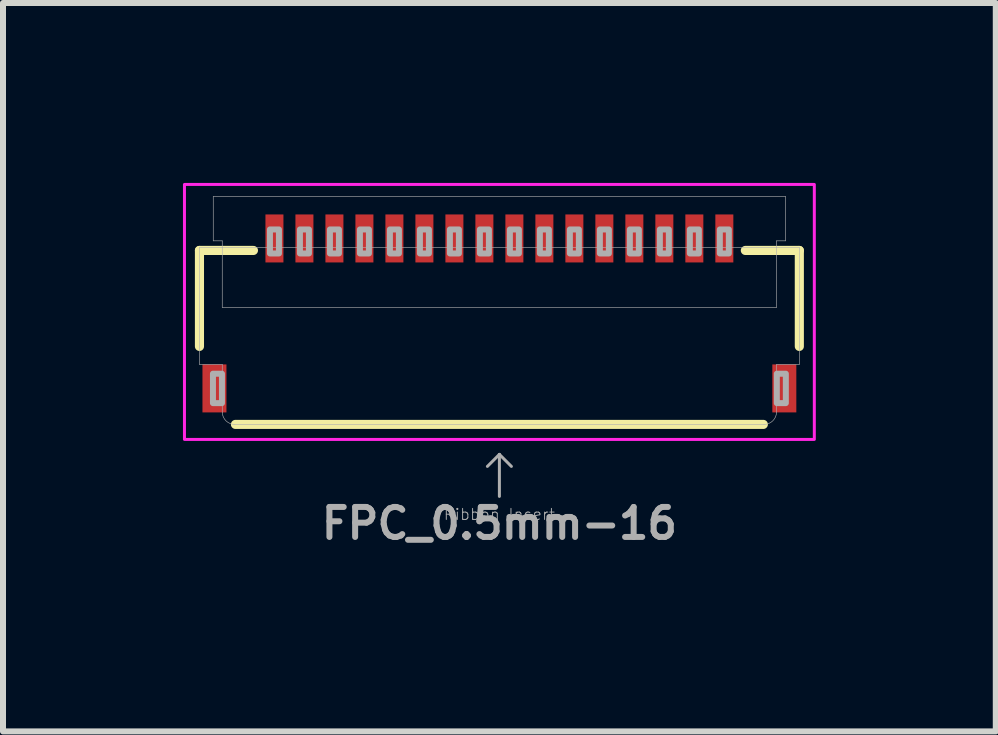
<source format=kicad_pcb>
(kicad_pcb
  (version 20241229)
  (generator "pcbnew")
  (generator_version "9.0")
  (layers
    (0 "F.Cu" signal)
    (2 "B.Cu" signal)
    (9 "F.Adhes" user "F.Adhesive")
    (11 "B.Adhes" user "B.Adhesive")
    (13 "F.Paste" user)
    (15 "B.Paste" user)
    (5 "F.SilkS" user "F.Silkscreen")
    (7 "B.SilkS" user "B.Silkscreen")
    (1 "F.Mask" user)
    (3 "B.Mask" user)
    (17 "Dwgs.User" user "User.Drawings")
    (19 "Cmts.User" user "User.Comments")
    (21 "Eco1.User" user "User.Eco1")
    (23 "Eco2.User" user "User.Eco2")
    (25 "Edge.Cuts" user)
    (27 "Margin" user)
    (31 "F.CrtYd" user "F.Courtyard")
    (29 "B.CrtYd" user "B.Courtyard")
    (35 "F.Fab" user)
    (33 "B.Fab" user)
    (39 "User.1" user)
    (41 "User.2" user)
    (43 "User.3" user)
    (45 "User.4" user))
  (footprint "FPC_0.5mm-16"
    (layer "F.Cu")
    (at 5.275 2.275)
    (property "Reference" "FPC_0.5mm-16" (at 0 3.4 0) (layer "F.Fab") (effects (font (size 0.5 0.5) (thickness 0.1) (bold yes))))
    (attr smd)
    (fp_line (start -5 -1.15) (end -5 0.45) (stroke (width 0.152) (type solid)) (layer "F.SilkS"))
    (fp_line (start -5 -1.15) (end -4.1 -1.15) (stroke (width 0.152) (type solid)) (layer "F.SilkS"))
    (fp_line (start -4.4 1.75) (end 4.4 1.75) (stroke (width 0.152) (type solid)) (layer "F.SilkS"))
    (fp_line (start 5 -1.15) (end 4.1 -1.15) (stroke (width 0.152) (type solid)) (layer "F.SilkS"))
    (fp_line (start 5 -1.15) (end 5 0.45) (stroke (width 0.152) (type solid)) (layer "F.SilkS"))
    (fp_poly (pts (xy -3.875 -1.025) (xy -3.625 -1.025) (xy -3.625 -1.675) (xy -3.875 -1.675)) (stroke (width 0) (type default)) (fill yes) (layer "F.Paste"))
    (fp_poly (pts (xy -3.375 -1.025) (xy -3.125 -1.025) (xy -3.125 -1.675) (xy -3.375 -1.675)) (stroke (width 0) (type default)) (fill yes) (layer "F.Paste"))
    (fp_poly (pts (xy -2.875 -1.025) (xy -2.625 -1.025) (xy -2.625 -1.675) (xy -2.875 -1.675)) (stroke (width 0) (type default)) (fill yes) (layer "F.Paste"))
    (fp_poly (pts (xy -2.375 -1.025) (xy -2.125 -1.025) (xy -2.125 -1.675) (xy -2.375 -1.675)) (stroke (width 0) (type default)) (fill yes) (layer "F.Paste"))
    (fp_poly (pts (xy -1.875 -1.025) (xy -1.625 -1.025) (xy -1.625 -1.675) (xy -1.875 -1.675)) (stroke (width 0) (type default)) (fill yes) (layer "F.Paste"))
    (fp_poly (pts (xy -1.375 -1.025) (xy -1.125 -1.025) (xy -1.125 -1.675) (xy -1.375 -1.675)) (stroke (width 0) (type default)) (fill yes) (layer "F.Paste"))
    (fp_poly (pts (xy -0.875 -1.025) (xy -0.625 -1.025) (xy -0.625 -1.675) (xy -0.875 -1.675)) (stroke (width 0) (type default)) (fill yes) (layer "F.Paste"))
    (fp_poly (pts (xy -0.375 -1.025) (xy -0.125 -1.025) (xy -0.125 -1.675) (xy -0.375 -1.675)) (stroke (width 0) (type default)) (fill yes) (layer "F.Paste"))
    (fp_poly (pts (xy 0.125 -1.025) (xy 0.375 -1.025) (xy 0.375 -1.675) (xy 0.125 -1.675)) (stroke (width 0) (type default)) (fill yes) (layer "F.Paste"))
    (fp_poly (pts (xy 0.625 -1.025) (xy 0.875 -1.025) (xy 0.875 -1.675) (xy 0.625 -1.675)) (stroke (width 0) (type default)) (fill yes) (layer "F.Paste"))
    (fp_poly (pts (xy 1.125 -1.025) (xy 1.375 -1.025) (xy 1.375 -1.675) (xy 1.125 -1.675)) (stroke (width 0) (type default)) (fill yes) (layer "F.Paste"))
    (fp_poly (pts (xy 1.625 -1.025) (xy 1.875 -1.025) (xy 1.875 -1.675) (xy 1.625 -1.675)) (stroke (width 0) (type default)) (fill yes) (layer "F.Paste"))
    (fp_poly (pts (xy 2.125 -1.025) (xy 2.375 -1.025) (xy 2.375 -1.675) (xy 2.125 -1.675)) (stroke (width 0) (type default)) (fill yes) (layer "F.Paste"))
    (fp_poly (pts (xy 2.625 -1.025) (xy 2.875 -1.025) (xy 2.875 -1.675) (xy 2.625 -1.675)) (stroke (width 0) (type default)) (fill yes) (layer "F.Paste"))
    (fp_poly (pts (xy 3.125 -1.025) (xy 3.375 -1.025) (xy 3.375 -1.675) (xy 3.125 -1.675)) (stroke (width 0) (type default)) (fill yes) (layer "F.Paste"))
    (fp_poly (pts (xy 3.625 -1.025) (xy 3.875 -1.025) (xy 3.875 -1.675) (xy 3.625 -1.675)) (stroke (width 0) (type default)) (fill yes) (layer "F.Paste"))
    (fp_rect (start -5.25 -2.25) (end 5.25 2) (stroke (width 0.05) (type default)) (fill no) (layer "F.CrtYd"))
    (fp_line (start -5 -1.2) (end -5 0.75) (stroke (width 0.01) (type solid)) (layer "F.Fab"))
    (fp_line (start -5 -1.2) (end -4.62 -1.2) (stroke (width 0.01) (type solid)) (layer "F.Fab"))
    (fp_line (start -4.77 -2.05) (end -4.77 -1.31) (stroke (width 0.01) (type solid)) (layer "F.Fab"))
    (fp_line (start -4.77 -2.05) (end 4.77 -2.05) (stroke (width 0.01) (type solid)) (layer "F.Fab"))
    (fp_line (start -4.62 -1.31) (end -4.77 -1.31) (stroke (width 0.01) (type solid)) (layer "F.Fab"))
    (fp_line (start -4.62 -1.2) (end -4.62 -1.31) (stroke (width 0.01) (type solid)) (layer "F.Fab"))
    (fp_line (start -4.62 -1.2) (end 4.62 -1.2) (stroke (width 0.01) (type solid)) (layer "F.Fab"))
    (fp_line (start -4.62 -0.2) (end -4.62 -1.2) (stroke (width 0.01) (type solid)) (layer "F.Fab"))
    (fp_line (start -4.62 -0.2) (end 4.62 -0.2) (stroke (width 0.01) (type solid)) (layer "F.Fab"))
    (fp_line (start -4.62 0.75) (end -5 0.75) (stroke (width 0.01) (type solid)) (layer "F.Fab"))
    (fp_line (start -4.62 1.55) (end -4.62 0.75) (stroke (width 0.01) (type solid)) (layer "F.Fab"))
    (fp_line (start 0 2.25) (end -0.2 2.45) (stroke (width 0.05) (type solid)) (layer "F.Fab"))
    (fp_line (start 0 2.25) (end 0.2 2.45) (stroke (width 0.05) (type solid)) (layer "F.Fab"))
    (fp_line (start 0 2.95) (end 0 2.25) (stroke (width 0.05) (type solid)) (layer "F.Fab"))
    (fp_line (start 4.41 1.75) (end -4.41 1.75) (stroke (width 0.01) (type solid)) (layer "F.Fab"))
    (fp_line (start 4.62 -1.31) (end 4.77 -1.31) (stroke (width 0.01) (type solid)) (layer "F.Fab"))
    (fp_line (start 4.62 -1.2) (end 4.62 -1.31) (stroke (width 0.01) (type solid)) (layer "F.Fab"))
    (fp_line (start 4.62 -1.2) (end 5 -1.2) (stroke (width 0.01) (type solid)) (layer "F.Fab"))
    (fp_line (start 4.62 -0.2) (end 4.62 -1.2) (stroke (width 0.01) (type solid)) (layer "F.Fab"))
    (fp_line (start 4.62 1.55) (end 4.62 0.75) (stroke (width 0.01) (type solid)) (layer "F.Fab"))
    (fp_line (start 4.77 -1.31) (end 4.77 -2.05) (stroke (width 0.01) (type solid)) (layer "F.Fab"))
    (fp_line (start 5 -1.2) (end 5 0.75) (stroke (width 0.01) (type solid)) (layer "F.Fab"))
    (fp_line (start 5 0.75) (end 4.62 0.75) (stroke (width 0.01) (type solid)) (layer "F.Fab"))
    (fp_arc (start -4.409999 1.749999) (mid -4.55542 1.692442) (end -4.62 1.55) (stroke (width 0.01) (type solid)) (layer "F.Fab"))
    (fp_arc (start 4.62 1.55) (mid 4.55542 1.692442) (end 4.409999 1.749999) (stroke (width 0.01) (type solid)) (layer "F.Fab"))
    (fp_poly (pts (xy -4.775 1.395) (xy -4.625 1.395) (xy -4.625 0.905) (xy -4.775 0.905)) (stroke (width 0.1) (type default)) (fill no) (layer "F.Fab"))
    (fp_poly (pts (xy -3.825 -1.1) (xy -3.675 -1.1) (xy -3.675 -1.5) (xy -3.825 -1.5)) (stroke (width 0.1) (type default)) (fill no) (layer "F.Fab"))
    (fp_poly (pts (xy -3.325 -1.1) (xy -3.175 -1.1) (xy -3.175 -1.5) (xy -3.325 -1.5)) (stroke (width 0.1) (type default)) (fill no) (layer "F.Fab"))
    (fp_poly (pts (xy -2.825 -1.1) (xy -2.675 -1.1) (xy -2.675 -1.5) (xy -2.825 -1.5)) (stroke (width 0.1) (type default)) (fill no) (layer "F.Fab"))
    (fp_poly (pts (xy -2.325 -1.1) (xy -2.175 -1.1) (xy -2.175 -1.5) (xy -2.325 -1.5)) (stroke (width 0.1) (type default)) (fill no) (layer "F.Fab"))
    (fp_poly (pts (xy -1.825 -1.1) (xy -1.675 -1.1) (xy -1.675 -1.5) (xy -1.825 -1.5)) (stroke (width 0.1) (type default)) (fill no) (layer "F.Fab"))
    (fp_poly (pts (xy -1.325 -1.1) (xy -1.175 -1.1) (xy -1.175 -1.5) (xy -1.325 -1.5)) (stroke (width 0.1) (type default)) (fill no) (layer "F.Fab"))
    (fp_poly (pts (xy -0.825 -1.1) (xy -0.675 -1.1) (xy -0.675 -1.5) (xy -0.825 -1.5)) (stroke (width 0.1) (type default)) (fill no) (layer "F.Fab"))
    (fp_poly (pts (xy -0.325 -1.1) (xy -0.175 -1.1) (xy -0.175 -1.5) (xy -0.325 -1.5)) (stroke (width 0.1) (type default)) (fill no) (layer "F.Fab"))
    (fp_poly (pts (xy 0.175 -1.1) (xy 0.325 -1.1) (xy 0.325 -1.5) (xy 0.175 -1.5)) (stroke (width 0.1) (type default)) (fill no) (layer "F.Fab"))
    (fp_poly (pts (xy 0.675 -1.1) (xy 0.825 -1.1) (xy 0.825 -1.5) (xy 0.675 -1.5)) (stroke (width 0.1) (type default)) (fill no) (layer "F.Fab"))
    (fp_poly (pts (xy 1.175 -1.1) (xy 1.325 -1.1) (xy 1.325 -1.5) (xy 1.175 -1.5)) (stroke (width 0.1) (type default)) (fill no) (layer "F.Fab"))
    (fp_poly (pts (xy 1.675 -1.1) (xy 1.825 -1.1) (xy 1.825 -1.5) (xy 1.675 -1.5)) (stroke (width 0.1) (type default)) (fill no) (layer "F.Fab"))
    (fp_poly (pts (xy 2.175 -1.1) (xy 2.325 -1.1) (xy 2.325 -1.5) (xy 2.175 -1.5)) (stroke (width 0.1) (type default)) (fill no) (layer "F.Fab"))
    (fp_poly (pts (xy 2.675 -1.1) (xy 2.825 -1.1) (xy 2.825 -1.5) (xy 2.675 -1.5)) (stroke (width 0.1) (type default)) (fill no) (layer "F.Fab"))
    (fp_poly (pts (xy 3.175 -1.1) (xy 3.325 -1.1) (xy 3.325 -1.5) (xy 3.175 -1.5)) (stroke (width 0.1) (type default)) (fill no) (layer "F.Fab"))
    (fp_poly (pts (xy 3.675 -1.1) (xy 3.825 -1.1) (xy 3.825 -1.5) (xy 3.675 -1.5)) (stroke (width 0.1) (type default)) (fill no) (layer "F.Fab"))
    (fp_poly (pts (xy 4.625 1.395) (xy 4.775 1.395) (xy 4.775 0.905) (xy 4.625 0.905)) (stroke (width 0.1) (type default)) (fill no) (layer "F.Fab"))
    (fp_text user "Ribbon Insert" (at 0 3.25 0) (layer "F.Fab") (effects (font (size 0.184 0.184) (thickness 0.016))))
    (pad "1" smd rect (at -3.75 -1.35) (size 0.3 0.8) (layers "F.Cu" "F.Mask"))
    (pad "2" smd rect (at -3.25 -1.35) (size 0.3 0.8) (layers "F.Cu" "F.Mask"))
    (pad "3" smd rect (at -2.75 -1.35) (size 0.3 0.8) (layers "F.Cu" "F.Mask"))
    (pad "4" smd rect (at -2.25 -1.35) (size 0.3 0.8) (layers "F.Cu" "F.Mask"))
    (pad "5" smd rect (at -1.75 -1.35) (size 0.3 0.8) (layers "F.Cu" "F.Mask"))
    (pad "6" smd rect (at -1.25 -1.35) (size 0.3 0.8) (layers "F.Cu" "F.Mask"))
    (pad "7" smd rect (at -0.75 -1.35) (size 0.3 0.8) (layers "F.Cu" "F.Mask"))
    (pad "8" smd rect (at -0.25 -1.35) (size 0.3 0.8) (layers "F.Cu" "F.Mask"))
    (pad "9" smd rect (at 0.25 -1.35) (size 0.3 0.8) (layers "F.Cu" "F.Mask"))
    (pad "10" smd rect (at 0.75 -1.35) (size 0.3 0.8) (layers "F.Cu" "F.Mask"))
    (pad "11" smd rect (at 1.25 -1.35) (size 0.3 0.8) (layers "F.Cu" "F.Mask"))
    (pad "12" smd rect (at 1.75 -1.35) (size 0.3 0.8) (layers "F.Cu" "F.Mask"))
    (pad "13" smd rect (at 2.25 -1.35) (size 0.3 0.8) (layers "F.Cu" "F.Mask"))
    (pad "14" smd rect (at 2.75 -1.35) (size 0.3 0.8) (layers "F.Cu" "F.Mask"))
    (pad "15" smd rect (at 3.25 -1.35) (size 0.3 0.8) (layers "F.Cu" "F.Mask"))
    (pad "16" smd rect (at 3.75 -1.35) (size 0.3 0.8) (layers "F.Cu" "F.Mask"))
    (pad "MP1" smd rect (at -4.75 1.15) (size 0.4 0.8) (layers "F.Cu" "F.Mask" "F.Paste"))
    (pad "MP2" smd rect (at 4.75 1.15) (size 0.4 0.8) (layers "F.Cu" "F.Mask" "F.Paste")))
  (gr_rect
    (start -3 -3)
    (end 13.55 9.143)
    (stroke (width 0.1) (type default))
    (fill no)
    (layer "Edge.Cuts")))
</source>
